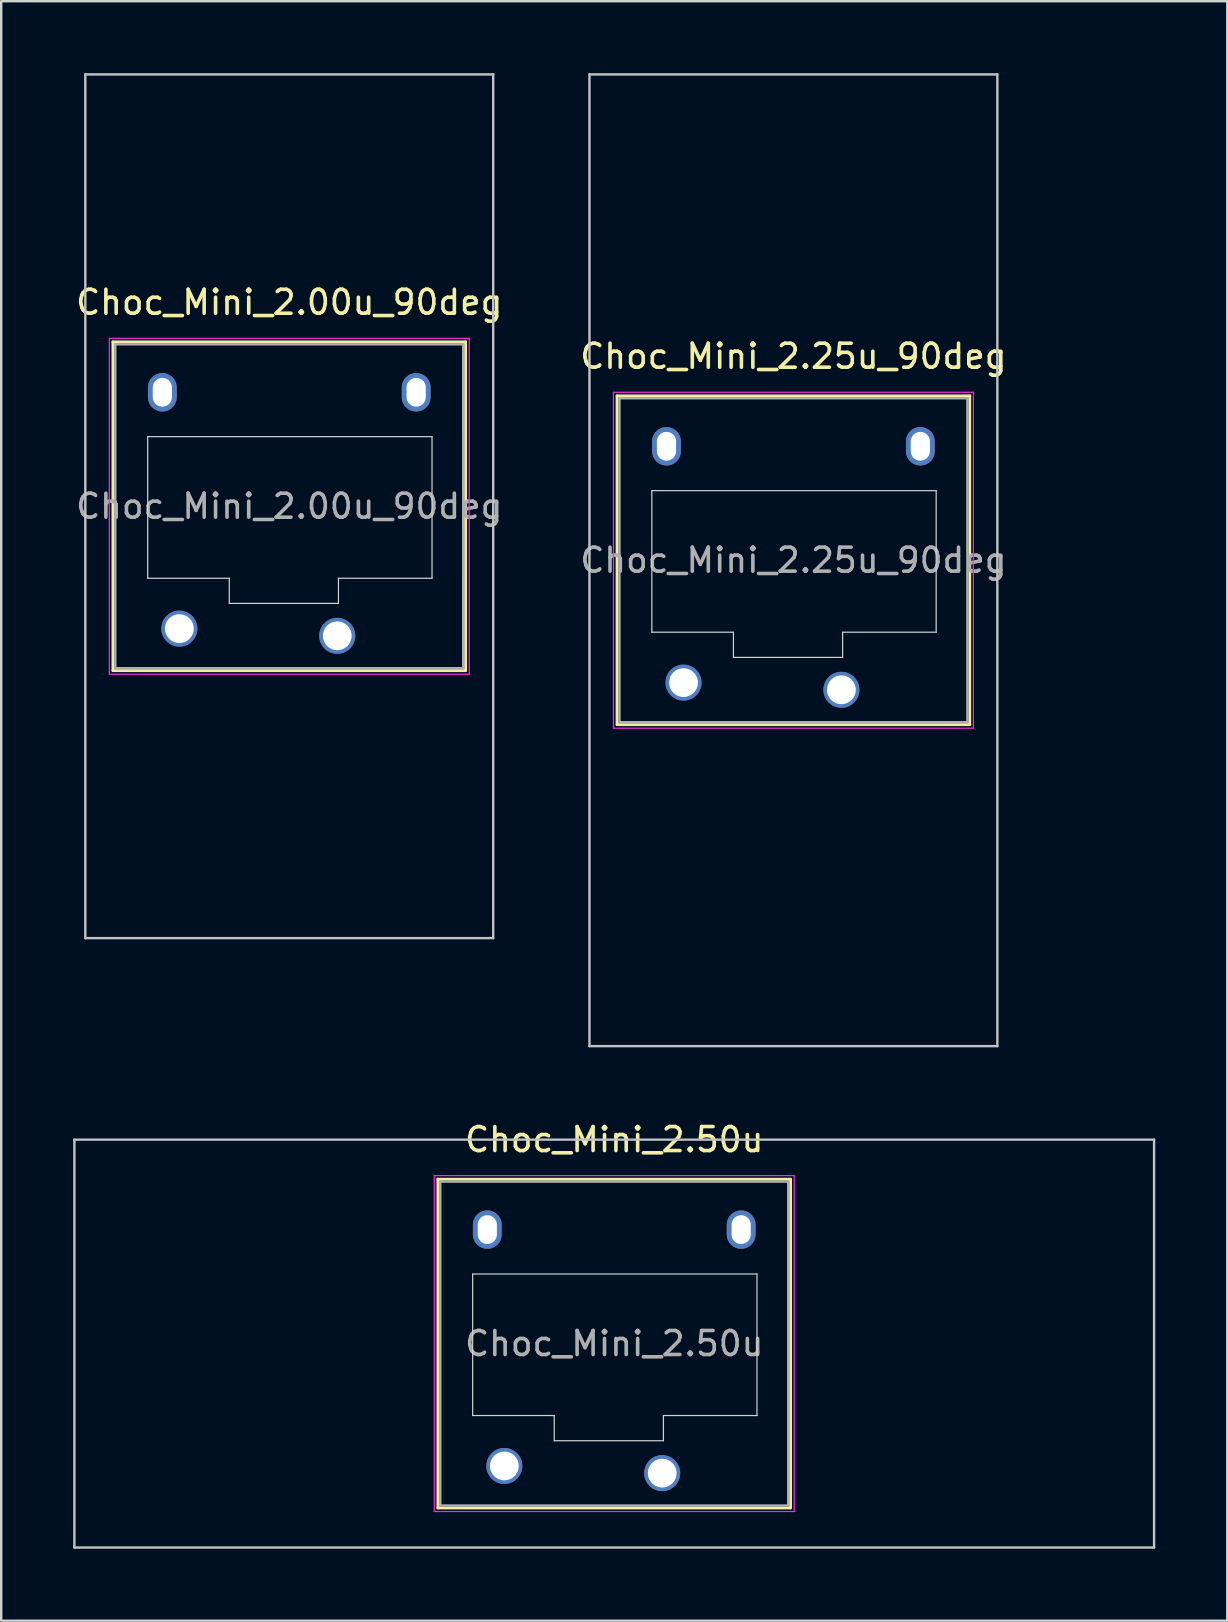
<source format=kicad_pcb>
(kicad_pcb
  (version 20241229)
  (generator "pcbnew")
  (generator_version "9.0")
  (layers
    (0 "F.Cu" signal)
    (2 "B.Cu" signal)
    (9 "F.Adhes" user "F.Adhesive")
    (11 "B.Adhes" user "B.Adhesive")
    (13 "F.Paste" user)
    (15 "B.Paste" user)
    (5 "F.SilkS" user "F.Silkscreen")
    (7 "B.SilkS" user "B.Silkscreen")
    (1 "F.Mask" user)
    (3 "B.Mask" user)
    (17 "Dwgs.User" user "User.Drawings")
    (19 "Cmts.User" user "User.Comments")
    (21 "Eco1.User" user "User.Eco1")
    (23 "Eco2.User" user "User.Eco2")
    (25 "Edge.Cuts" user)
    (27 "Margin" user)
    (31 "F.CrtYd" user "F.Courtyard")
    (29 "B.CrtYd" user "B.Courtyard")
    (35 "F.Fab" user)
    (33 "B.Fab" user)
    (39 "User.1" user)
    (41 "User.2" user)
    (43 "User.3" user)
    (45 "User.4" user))
  (footprint "Choc_Mini_2.00u_90deg"
    (layer "F.Cu")
    (at 9.006 18.05)
    (property "Reference" "Choc_Mini_2.00u_90deg" (at 0 -8.5 0) (layer "F.SilkS") (effects (font (size 1 1) (thickness 0.15))))
    (attr through_hole)
    (fp_line (start -7.35 -6.85) (end -7.35 6.85) (stroke (width 0.12) (type solid)) (layer "F.SilkS"))
    (fp_line (start -7.35 6.85) (end 7.35 6.85) (stroke (width 0.12) (type solid)) (layer "F.SilkS"))
    (fp_line (start 7.35 -6.85) (end -7.35 -6.85) (stroke (width 0.12) (type solid)) (layer "F.SilkS"))
    (fp_line (start 7.35 6.85) (end 7.35 -6.85) (stroke (width 0.12) (type solid)) (layer "F.SilkS"))
    (fp_line (start -8.5 -18) (end 8.5 -18) (stroke (width 0.1) (type solid)) (layer "Dwgs.User"))
    (fp_line (start -8.5 18) (end -8.5 -18) (stroke (width 0.1) (type solid)) (layer "Dwgs.User"))
    (fp_line (start 8.5 -18) (end 8.5 18) (stroke (width 0.1) (type solid)) (layer "Dwgs.User"))
    (fp_line (start 8.5 18) (end -8.5 18) (stroke (width 0.1) (type solid)) (layer "Dwgs.User"))
    (fp_line (start -6.85 -6.35) (end -6.85 6.35) (stroke (width 0.1) (type solid)) (layer "Eco1.User"))
    (fp_line (start -6.85 6.35) (end 6.85 6.35) (stroke (width 0.1) (type solid)) (layer "Eco1.User"))
    (fp_line (start 6.85 -6.35) (end -6.85 -6.35) (stroke (width 0.1) (type solid)) (layer "Eco1.User"))
    (fp_line (start 6.85 6.35) (end 6.85 -6.35) (stroke (width 0.1) (type solid)) (layer "Eco1.User"))
    (fp_line (start -5.9 -2.9) (end -5.9 3) (stroke (width 0.05) (type solid)) (layer "Edge.Cuts"))
    (fp_line (start -5.9 3) (end -2.5 3) (stroke (width 0.05) (type solid)) (layer "Edge.Cuts"))
    (fp_line (start -2.5 3) (end -2.5 4.05) (stroke (width 0.05) (type solid)) (layer "Edge.Cuts"))
    (fp_line (start -2.5 4.05) (end 2.05 4.05) (stroke (width 0.05) (type solid)) (layer "Edge.Cuts"))
    (fp_line (start 2.05 3) (end 5.95 3) (stroke (width 0.05) (type solid)) (layer "Edge.Cuts"))
    (fp_line (start 2.05 4.05) (end 2.05 3) (stroke (width 0.05) (type solid)) (layer "Edge.Cuts"))
    (fp_line (start 5.95 -2.9) (end -5.9 -2.9) (stroke (width 0.05) (type solid)) (layer "Edge.Cuts"))
    (fp_line (start 5.95 3) (end 5.95 -2.9) (stroke (width 0.05) (type solid)) (layer "Edge.Cuts"))
    (fp_line (start -7.5 -7) (end -7.5 7) (stroke (width 0.05) (type solid)) (layer "F.CrtYd"))
    (fp_line (start -7.5 7) (end 7.5 7) (stroke (width 0.05) (type solid)) (layer "F.CrtYd"))
    (fp_line (start 7.5 -7) (end -7.5 -7) (stroke (width 0.05) (type solid)) (layer "F.CrtYd"))
    (fp_line (start 7.5 7) (end 7.5 -7) (stroke (width 0.05) (type solid)) (layer "F.CrtYd"))
    (fp_line (start -7.25 -6.75) (end -7.25 6.75) (stroke (width 0.1) (type solid)) (layer "F.Fab"))
    (fp_line (start -7.25 6.75) (end 7.25 6.75) (stroke (width 0.1) (type solid)) (layer "F.Fab"))
    (fp_line (start 7.25 -6.75) (end -7.25 -6.75) (stroke (width 0.1) (type solid)) (layer "F.Fab"))
    (fp_line (start 7.25 6.75) (end 7.25 -6.75) (stroke (width 0.1) (type solid)) (layer "F.Fab"))
    (fp_text user "${REFERENCE}" (at 0 0 0) (layer "F.Fab") (effects (font (size 1 1) (thickness 0.15))))
    (pad "" np_thru_hole oval (at -5.29 -4.75) (size 1.2 1.6) (drill oval 0.8 1.2) (layers "*.Cu" "*.Mask"))
    (pad "" np_thru_hole oval (at 5.29 -4.75) (size 1.2 1.6) (drill oval 0.8 1.2) (layers "*.Cu" "*.Mask"))
    (pad "1" thru_hole circle (at 2 5.4) (size 1.5 1.5) (drill 1.2) (layers "*.Cu" "*.Mask"))
    (pad "2" thru_hole circle (at -4.58 5.1) (size 1.5 1.5) (drill 1.2) (layers "*.Cu" "*.Mask")))
  (footprint "Choc_Mini_2.25u_90deg"
    (layer "F.Cu")
    (at 30.018 20.3)
    (property "Reference" "Choc_Mini_2.25u_90deg" (at 0 -8.5 0) (layer "F.SilkS") (effects (font (size 1 1) (thickness 0.15))))
    (attr through_hole)
    (fp_line (start -7.35 -6.85) (end -7.35 6.85) (stroke (width 0.12) (type solid)) (layer "F.SilkS"))
    (fp_line (start -7.35 6.85) (end 7.35 6.85) (stroke (width 0.12) (type solid)) (layer "F.SilkS"))
    (fp_line (start 7.35 -6.85) (end -7.35 -6.85) (stroke (width 0.12) (type solid)) (layer "F.SilkS"))
    (fp_line (start 7.35 6.85) (end 7.35 -6.85) (stroke (width 0.12) (type solid)) (layer "F.SilkS"))
    (fp_line (start -8.5 -20.25) (end 8.5 -20.25) (stroke (width 0.1) (type solid)) (layer "Dwgs.User"))
    (fp_line (start -8.5 20.25) (end -8.5 -20.25) (stroke (width 0.1) (type solid)) (layer "Dwgs.User"))
    (fp_line (start 8.5 -20.25) (end 8.5 20.25) (stroke (width 0.1) (type solid)) (layer "Dwgs.User"))
    (fp_line (start 8.5 20.25) (end -8.5 20.25) (stroke (width 0.1) (type solid)) (layer "Dwgs.User"))
    (fp_line (start -6.85 -6.35) (end -6.85 6.35) (stroke (width 0.1) (type solid)) (layer "Eco1.User"))
    (fp_line (start -6.85 6.35) (end 6.85 6.35) (stroke (width 0.1) (type solid)) (layer "Eco1.User"))
    (fp_line (start 6.85 -6.35) (end -6.85 -6.35) (stroke (width 0.1) (type solid)) (layer "Eco1.User"))
    (fp_line (start 6.85 6.35) (end 6.85 -6.35) (stroke (width 0.1) (type solid)) (layer "Eco1.User"))
    (fp_line (start -5.9 -2.9) (end -5.9 3) (stroke (width 0.05) (type solid)) (layer "Edge.Cuts"))
    (fp_line (start -5.9 3) (end -2.5 3) (stroke (width 0.05) (type solid)) (layer "Edge.Cuts"))
    (fp_line (start -2.5 3) (end -2.5 4.05) (stroke (width 0.05) (type solid)) (layer "Edge.Cuts"))
    (fp_line (start -2.5 4.05) (end 2.05 4.05) (stroke (width 0.05) (type solid)) (layer "Edge.Cuts"))
    (fp_line (start 2.05 3) (end 5.95 3) (stroke (width 0.05) (type solid)) (layer "Edge.Cuts"))
    (fp_line (start 2.05 4.05) (end 2.05 3) (stroke (width 0.05) (type solid)) (layer "Edge.Cuts"))
    (fp_line (start 5.95 -2.9) (end -5.9 -2.9) (stroke (width 0.05) (type solid)) (layer "Edge.Cuts"))
    (fp_line (start 5.95 3) (end 5.95 -2.9) (stroke (width 0.05) (type solid)) (layer "Edge.Cuts"))
    (fp_line (start -7.5 -7) (end -7.5 7) (stroke (width 0.05) (type solid)) (layer "F.CrtYd"))
    (fp_line (start -7.5 7) (end 7.5 7) (stroke (width 0.05) (type solid)) (layer "F.CrtYd"))
    (fp_line (start 7.5 -7) (end -7.5 -7) (stroke (width 0.05) (type solid)) (layer "F.CrtYd"))
    (fp_line (start 7.5 7) (end 7.5 -7) (stroke (width 0.05) (type solid)) (layer "F.CrtYd"))
    (fp_line (start -7.25 -6.75) (end -7.25 6.75) (stroke (width 0.1) (type solid)) (layer "F.Fab"))
    (fp_line (start -7.25 6.75) (end 7.25 6.75) (stroke (width 0.1) (type solid)) (layer "F.Fab"))
    (fp_line (start 7.25 -6.75) (end -7.25 -6.75) (stroke (width 0.1) (type solid)) (layer "F.Fab"))
    (fp_line (start 7.25 6.75) (end 7.25 -6.75) (stroke (width 0.1) (type solid)) (layer "F.Fab"))
    (fp_text user "${REFERENCE}" (at 0 0 0) (layer "F.Fab") (effects (font (size 1 1) (thickness 0.15))))
    (pad "" np_thru_hole oval (at -5.29 -4.75) (size 1.2 1.6) (drill oval 0.8 1.2) (layers "*.Cu" "*.Mask"))
    (pad "" np_thru_hole oval (at 5.29 -4.75) (size 1.2 1.6) (drill oval 0.8 1.2) (layers "*.Cu" "*.Mask"))
    (pad "1" thru_hole circle (at 2 5.4) (size 1.5 1.5) (drill 1.2) (layers "*.Cu" "*.Mask"))
    (pad "2" thru_hole circle (at -4.58 5.1) (size 1.5 1.5) (drill 1.2) (layers "*.Cu" "*.Mask")))
  (footprint "Choc_Mini_2.50u"
    (layer "F.Cu")
    (at 22.55 52.948)
    (property "Reference" "Choc_Mini_2.50u" (at 0 -8.5 0) (layer "F.SilkS") (effects (font (size 1 1) (thickness 0.15))))
    (attr through_hole)
    (fp_line (start -7.35 -6.85) (end -7.35 6.85) (stroke (width 0.12) (type solid)) (layer "F.SilkS"))
    (fp_line (start -7.35 6.85) (end 7.35 6.85) (stroke (width 0.12) (type solid)) (layer "F.SilkS"))
    (fp_line (start 7.35 -6.85) (end -7.35 -6.85) (stroke (width 0.12) (type solid)) (layer "F.SilkS"))
    (fp_line (start 7.35 6.85) (end 7.35 -6.85) (stroke (width 0.12) (type solid)) (layer "F.SilkS"))
    (fp_line (start -22.5 -8.5) (end -22.5 8.5) (stroke (width 0.1) (type solid)) (layer "Dwgs.User"))
    (fp_line (start -22.5 8.5) (end 22.5 8.5) (stroke (width 0.1) (type solid)) (layer "Dwgs.User"))
    (fp_line (start 22.5 -8.5) (end -22.5 -8.5) (stroke (width 0.1) (type solid)) (layer "Dwgs.User"))
    (fp_line (start 22.5 8.5) (end 22.5 -8.5) (stroke (width 0.1) (type solid)) (layer "Dwgs.User"))
    (fp_line (start -6.85 -6.35) (end -6.85 6.35) (stroke (width 0.1) (type solid)) (layer "Eco1.User"))
    (fp_line (start -6.85 6.35) (end 6.85 6.35) (stroke (width 0.1) (type solid)) (layer "Eco1.User"))
    (fp_line (start 6.85 -6.35) (end -6.85 -6.35) (stroke (width 0.1) (type solid)) (layer "Eco1.User"))
    (fp_line (start 6.85 6.35) (end 6.85 -6.35) (stroke (width 0.1) (type solid)) (layer "Eco1.User"))
    (fp_line (start -5.9 -2.9) (end -5.9 3) (stroke (width 0.05) (type solid)) (layer "Edge.Cuts"))
    (fp_line (start -5.9 3) (end -2.5 3) (stroke (width 0.05) (type solid)) (layer "Edge.Cuts"))
    (fp_line (start -2.5 3) (end -2.5 4.05) (stroke (width 0.05) (type solid)) (layer "Edge.Cuts"))
    (fp_line (start -2.5 4.05) (end 2.05 4.05) (stroke (width 0.05) (type solid)) (layer "Edge.Cuts"))
    (fp_line (start 2.05 3) (end 5.95 3) (stroke (width 0.05) (type solid)) (layer "Edge.Cuts"))
    (fp_line (start 2.05 4.05) (end 2.05 3) (stroke (width 0.05) (type solid)) (layer "Edge.Cuts"))
    (fp_line (start 5.95 -2.9) (end -5.9 -2.9) (stroke (width 0.05) (type solid)) (layer "Edge.Cuts"))
    (fp_line (start 5.95 3) (end 5.95 -2.9) (stroke (width 0.05) (type solid)) (layer "Edge.Cuts"))
    (fp_line (start -7.5 -7) (end -7.5 7) (stroke (width 0.05) (type solid)) (layer "F.CrtYd"))
    (fp_line (start -7.5 7) (end 7.5 7) (stroke (width 0.05) (type solid)) (layer "F.CrtYd"))
    (fp_line (start 7.5 -7) (end -7.5 -7) (stroke (width 0.05) (type solid)) (layer "F.CrtYd"))
    (fp_line (start 7.5 7) (end 7.5 -7) (stroke (width 0.05) (type solid)) (layer "F.CrtYd"))
    (fp_line (start -7.25 -6.75) (end -7.25 6.75) (stroke (width 0.1) (type solid)) (layer "F.Fab"))
    (fp_line (start -7.25 6.75) (end 7.25 6.75) (stroke (width 0.1) (type solid)) (layer "F.Fab"))
    (fp_line (start 7.25 -6.75) (end -7.25 -6.75) (stroke (width 0.1) (type solid)) (layer "F.Fab"))
    (fp_line (start 7.25 6.75) (end 7.25 -6.75) (stroke (width 0.1) (type solid)) (layer "F.Fab"))
    (fp_text user "${REFERENCE}" (at 0 0 0) (layer "F.Fab") (effects (font (size 1 1) (thickness 0.15))))
    (pad "" np_thru_hole oval (at -5.29 -4.75) (size 1.2 1.6) (drill oval 0.8 1.2) (layers "*.Cu" "*.Mask"))
    (pad "" np_thru_hole oval (at 5.29 -4.75) (size 1.2 1.6) (drill oval 0.8 1.2) (layers "*.Cu" "*.Mask"))
    (pad "1" thru_hole circle (at 2 5.4) (size 1.5 1.5) (drill 1.2) (layers "*.Cu" "*.Mask"))
    (pad "2" thru_hole circle (at -4.58 5.1) (size 1.5 1.5) (drill 1.2) (layers "*.Cu" "*.Mask")))
  (gr_rect
    (start -3 -3)
    (end 48.1 64.498)
    (stroke (width 0.1) (type default))
    (fill no)
    (layer "Edge.Cuts")))
</source>
